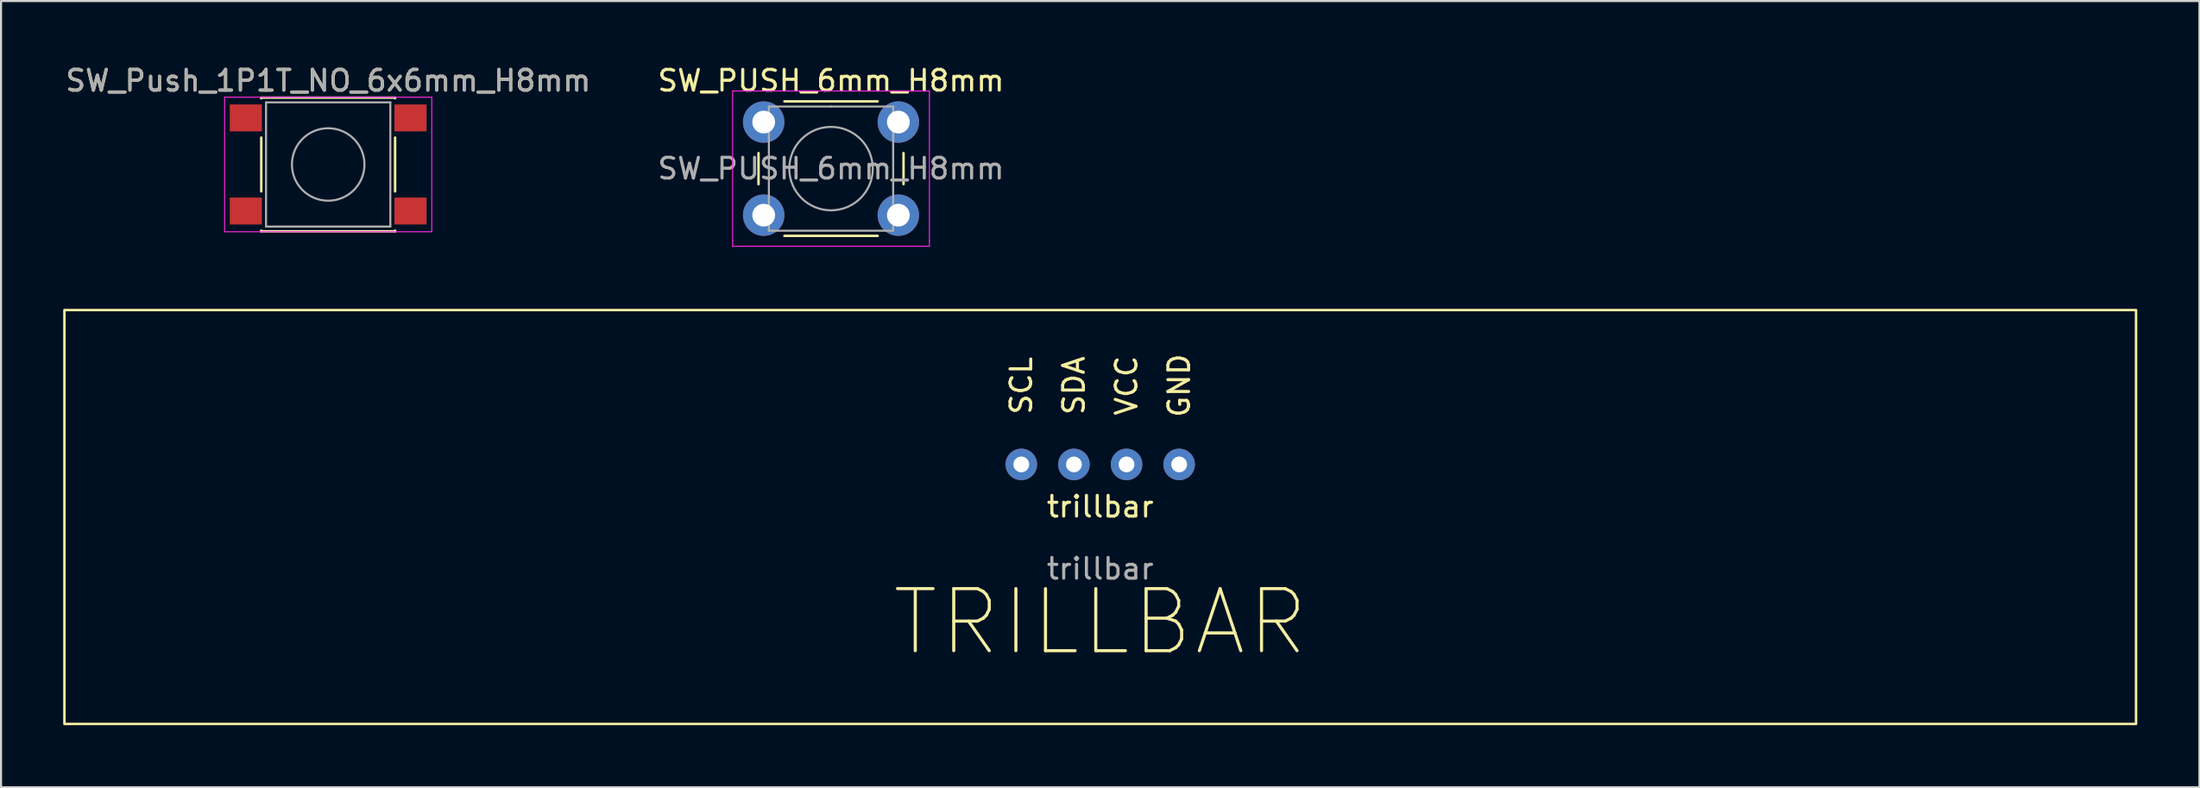
<source format=kicad_pcb>
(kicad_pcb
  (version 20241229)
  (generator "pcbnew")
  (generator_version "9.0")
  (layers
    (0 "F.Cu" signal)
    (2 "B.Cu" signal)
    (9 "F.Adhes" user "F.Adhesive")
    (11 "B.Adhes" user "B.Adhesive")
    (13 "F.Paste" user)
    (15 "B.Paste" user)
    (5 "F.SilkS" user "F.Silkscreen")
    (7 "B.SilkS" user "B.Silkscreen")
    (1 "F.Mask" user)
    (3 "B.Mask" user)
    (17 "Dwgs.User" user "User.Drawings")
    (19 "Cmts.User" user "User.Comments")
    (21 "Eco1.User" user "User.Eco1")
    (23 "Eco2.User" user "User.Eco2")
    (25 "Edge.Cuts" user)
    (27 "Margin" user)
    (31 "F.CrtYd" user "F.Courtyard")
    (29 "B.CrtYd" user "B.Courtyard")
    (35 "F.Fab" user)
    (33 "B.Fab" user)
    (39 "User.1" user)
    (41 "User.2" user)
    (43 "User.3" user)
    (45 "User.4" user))
  (footprint "SW_PUSH_6mm_H8mm"
    (layer "F.Cu")
    (at 33.815 2.848)
    (property "Reference" "SW_PUSH_6mm_H8mm" (at 3.25 -2 0) (layer "F.SilkS") (effects (font (size 1 1) (thickness 0.15))))
    (attr through_hole)
    (fp_line (start -0.25 1.5) (end -0.25 3) (stroke (width 0.12) (type solid)) (layer "F.SilkS"))
    (fp_line (start 1 5.5) (end 5.5 5.5) (stroke (width 0.12) (type solid)) (layer "F.SilkS"))
    (fp_line (start 5.5 -1) (end 1 -1) (stroke (width 0.12) (type solid)) (layer "F.SilkS"))
    (fp_line (start 6.75 3) (end 6.75 1.5) (stroke (width 0.12) (type solid)) (layer "F.SilkS"))
    (fp_line (start -1.5 -1.5) (end -1.25 -1.5) (stroke (width 0.05) (type solid)) (layer "F.CrtYd"))
    (fp_line (start -1.5 -1.25) (end -1.5 -1.5) (stroke (width 0.05) (type solid)) (layer "F.CrtYd"))
    (fp_line (start -1.5 5.75) (end -1.5 -1.25) (stroke (width 0.05) (type solid)) (layer "F.CrtYd"))
    (fp_line (start -1.5 5.75) (end -1.5 6) (stroke (width 0.05) (type solid)) (layer "F.CrtYd"))
    (fp_line (start -1.5 6) (end -1.25 6) (stroke (width 0.05) (type solid)) (layer "F.CrtYd"))
    (fp_line (start -1.25 -1.5) (end 7.75 -1.5) (stroke (width 0.05) (type solid)) (layer "F.CrtYd"))
    (fp_line (start 7.75 -1.5) (end 8 -1.5) (stroke (width 0.05) (type solid)) (layer "F.CrtYd"))
    (fp_line (start 7.75 6) (end -1.25 6) (stroke (width 0.05) (type solid)) (layer "F.CrtYd"))
    (fp_line (start 7.75 6) (end 8 6) (stroke (width 0.05) (type solid)) (layer "F.CrtYd"))
    (fp_line (start 8 -1.5) (end 8 -1.25) (stroke (width 0.05) (type solid)) (layer "F.CrtYd"))
    (fp_line (start 8 -1.25) (end 8 5.75) (stroke (width 0.05) (type solid)) (layer "F.CrtYd"))
    (fp_line (start 8 6) (end 8 5.75) (stroke (width 0.05) (type solid)) (layer "F.CrtYd"))
    (fp_line (start 0.25 -0.75) (end 3.25 -0.75) (stroke (width 0.1) (type solid)) (layer "F.Fab"))
    (fp_line (start 0.25 5.25) (end 0.25 -0.75) (stroke (width 0.1) (type solid)) (layer "F.Fab"))
    (fp_line (start 3.25 -0.75) (end 6.25 -0.75) (stroke (width 0.1) (type solid)) (layer "F.Fab"))
    (fp_line (start 6.25 -0.75) (end 6.25 5.25) (stroke (width 0.1) (type solid)) (layer "F.Fab"))
    (fp_line (start 6.25 5.25) (end 0.25 5.25) (stroke (width 0.1) (type solid)) (layer "F.Fab"))
    (fp_circle (center 3.25 2.25) (end 1.25 2.5) (stroke (width 0.1) (type solid)) (fill no) (layer "F.Fab"))
    (fp_text user "${REFERENCE}" (at 3.25 2.25 0) (layer "F.Fab") (effects (font (size 1 1) (thickness 0.15))))
    (pad "1" thru_hole circle (at 0 0 90) (size 2 2) (drill 1.1) (layers "*.Cu" "*.Mask"))
    (pad "1" thru_hole circle (at 6.5 0 90) (size 2 2) (drill 1.1) (layers "*.Cu" "*.Mask"))
    (pad "2" thru_hole circle (at 0 4.5 90) (size 2 2) (drill 1.1) (layers "*.Cu" "*.Mask"))
    (pad "2" thru_hole circle (at 6.5 4.5 90) (size 2 2) (drill 1.1) (layers "*.Cu" "*.Mask")))
  (footprint "SW_Push_1P1T_NO_6x6mm_H8mm"
    (layer "F.Cu")
    (at 12.792 4.898)
    (property "Reference" "SW_Push_1P1T_NO_6x6mm_H8mm" (at 0 -4.05 0) (layer "F.SilkS") (effects (font (size 1 1) (thickness 0.15))))
    (attr smd)
    (fp_line (start -3.23 -3.23) (end 3.23 -3.23) (stroke (width 0.12) (type solid)) (layer "F.SilkS"))
    (fp_line (start -3.23 -3.2) (end -3.23 -3.23) (stroke (width 0.12) (type solid)) (layer "F.SilkS"))
    (fp_line (start -3.23 -1.3) (end -3.23 1.3) (stroke (width 0.12) (type solid)) (layer "F.SilkS"))
    (fp_line (start -3.23 3.23) (end -3.23 3.2) (stroke (width 0.12) (type solid)) (layer "F.SilkS"))
    (fp_line (start -3.23 3.23) (end 3.23 3.23) (stroke (width 0.12) (type solid)) (layer "F.SilkS"))
    (fp_line (start 3.23 -3.23) (end 3.23 -3.2) (stroke (width 0.12) (type solid)) (layer "F.SilkS"))
    (fp_line (start 3.23 -1.3) (end 3.23 1.3) (stroke (width 0.12) (type solid)) (layer "F.SilkS"))
    (fp_line (start 3.23 3.23) (end 3.23 3.2) (stroke (width 0.12) (type solid)) (layer "F.SilkS"))
    (fp_line (start -5 -3.25) (end -5 3.25) (stroke (width 0.05) (type solid)) (layer "F.CrtYd"))
    (fp_line (start -5 -3.25) (end 5 -3.25) (stroke (width 0.05) (type solid)) (layer "F.CrtYd"))
    (fp_line (start -5 3.25) (end 5 3.25) (stroke (width 0.05) (type solid)) (layer "F.CrtYd"))
    (fp_line (start 5 3.25) (end 5 -3.25) (stroke (width 0.05) (type solid)) (layer "F.CrtYd"))
    (fp_line (start -3 -3) (end -3 3) (stroke (width 0.1) (type solid)) (layer "F.Fab"))
    (fp_line (start -3 3) (end 3 3) (stroke (width 0.1) (type solid)) (layer "F.Fab"))
    (fp_line (start 3 -3) (end -3 -3) (stroke (width 0.1) (type solid)) (layer "F.Fab"))
    (fp_line (start 3 3) (end 3 -3) (stroke (width 0.1) (type solid)) (layer "F.Fab"))
    (fp_circle (center 0 0) (end 1.75 -0.05) (stroke (width 0.1) (type solid)) (fill no) (layer "F.Fab"))
    (fp_text user "${REFERENCE}" (at 0 -4.05 0) (layer "F.Fab") (effects (font (size 1 1) (thickness 0.15))))
    (pad "1" smd rect (at -3.975 -2.25) (size 1.55 1.3) (layers "F.Cu" "F.Mask" "F.Paste"))
    (pad "1" smd rect (at 3.975 -2.25) (size 1.55 1.3) (layers "F.Cu" "F.Mask" "F.Paste"))
    (pad "2" smd rect (at -3.975 2.25) (size 1.55 1.3) (layers "F.Cu" "F.Mask" "F.Paste"))
    (pad "2" smd rect (at 3.975 2.25) (size 1.55 1.3) (layers "F.Cu" "F.Mask" "F.Paste")))
  (footprint "trillbar"
    (layer "F.Cu")
    (at 50.06 21.933)
    (property "Reference" "trillbar" (at 0 -0.5 0) (unlocked yes) (layer "F.SilkS") (effects (font (size 1 1) (thickness 0.15))))
    (fp_rect (start -50 -10) (end 50 10) (stroke (width 0.12) (type solid)) (fill no) (layer "F.SilkS"))
    (fp_text user "SCL" (at -3.81 -6.35 90) (unlocked yes) (layer "F.SilkS") (effects (font (size 1 1) (thickness 0.15))))
    (fp_text user "GND" (at 3.81 -6.35 90) (unlocked yes) (layer "F.SilkS") (effects (font (size 1 1) (thickness 0.15))))
    (fp_text user "VCC" (at 1.27 -6.35 90) (unlocked yes) (layer "F.SilkS") (effects (font (size 1 1) (thickness 0.15))))
    (fp_text user "SDA" (at -1.27 -6.35 90) (unlocked yes) (layer "F.SilkS") (effects (font (size 1 1) (thickness 0.15))))
    (fp_text user "TRILLBAR" (at 0 5.08 0) (unlocked yes) (layer "F.SilkS") (effects (font (size 3 3) (thickness 0.15))))
    (fp_text user "${REFERENCE}" (at 0 2.5 0) (unlocked yes) (layer "F.Fab") (effects (font (size 1 1) (thickness 0.15))))
    (pad "1" thru_hole circle (at -3.81 -2.54) (size 1.524 1.524) (drill 0.762) (layers "*.Cu" "*.Mask"))
    (pad "2" thru_hole circle (at -1.27 -2.54) (size 1.524 1.524) (drill 0.762) (layers "*.Cu" "*.Mask"))
    (pad "3" thru_hole circle (at 1.27 -2.54) (size 1.524 1.524) (drill 0.762) (layers "*.Cu" "*.Mask"))
    (pad "4" thru_hole circle (at 3.81 -2.54) (size 1.524 1.524) (drill 0.762) (layers "*.Cu" "*.Mask")))
  (gr_rect
    (start -3 -3)
    (end 103.12 34.993)
    (stroke (width 0.1) (type default))
    (fill no)
    (layer "Edge.Cuts")))
</source>
